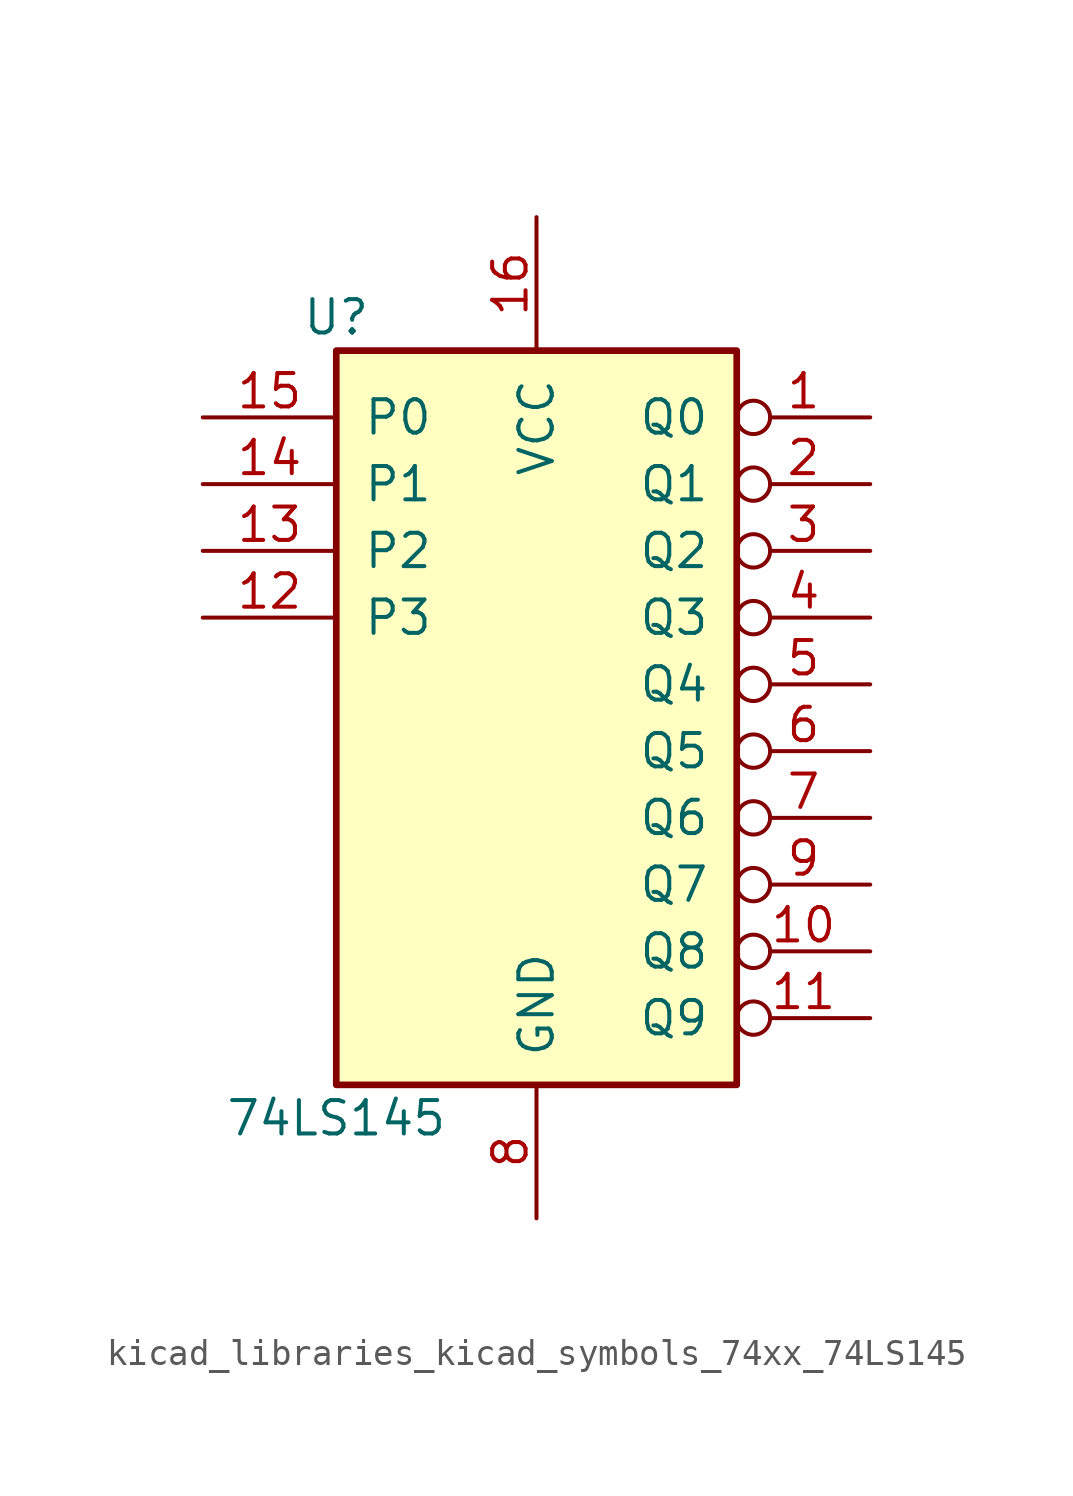
<source format=kicad_sym>
(kicad_symbol_lib
  (version 20220914)
  (generator kicad_symbol_editor)
  (symbol "kicad_libraries_kicad_symbols_74xx_74LS145"
    (pin_names
      (offset 1.016))
    (property "Reference" "U"
      (at -7.62 13.97 0)
      (effects (font (size 1.27 1.27))))
    (property "Value" "74LS145"
      (at -7.62 -16.51 0)
      (effects (font (size 1.27 1.27))))
    (property "ki_locked" ""
      (at 0 0 0)
      (effects (font (size 1.27 1.27))))
    (symbol "kicad_libraries_kicad_symbols_74xx_74LS145_1_0"
      (pin open_collector inverted (at 12.7 10.16 180) (length 5.08) (name "Q0" (effects (font (size 1.27 1.27)))) (number "1" (effects (font (size 1.27 1.27)))))
      (pin open_collector inverted (at 12.7 -10.16 180) (length 5.08) (name "Q8" (effects (font (size 1.27 1.27)))) (number "10" (effects (font (size 1.27 1.27)))))
      (pin open_collector inverted (at 12.7 -12.7 180) (length 5.08) (name "Q9" (effects (font (size 1.27 1.27)))) (number "11" (effects (font (size 1.27 1.27)))))
      (pin input line (at -12.7 2.54 0) (length 5.08) (name "P3" (effects (font (size 1.27 1.27)))) (number "12" (effects (font (size 1.27 1.27)))))
      (pin input line (at -12.7 5.08 0) (length 5.08) (name "P2" (effects (font (size 1.27 1.27)))) (number "13" (effects (font (size 1.27 1.27)))))
      (pin input line (at -12.7 7.62 0) (length 5.08) (name "P1" (effects (font (size 1.27 1.27)))) (number "14" (effects (font (size 1.27 1.27)))))
      (pin input line (at -12.7 10.16 0) (length 5.08) (name "P0" (effects (font (size 1.27 1.27)))) (number "15" (effects (font (size 1.27 1.27)))))
      (pin power_in line (at 0 17.78 270) (length 5.08) (name "VCC" (effects (font (size 1.27 1.27)))) (number "16" (effects (font (size 1.27 1.27)))))
      (pin open_collector inverted (at 12.7 7.62 180) (length 5.08) (name "Q1" (effects (font (size 1.27 1.27)))) (number "2" (effects (font (size 1.27 1.27)))))
      (pin open_collector inverted (at 12.7 5.08 180) (length 5.08) (name "Q2" (effects (font (size 1.27 1.27)))) (number "3" (effects (font (size 1.27 1.27)))))
      (pin open_collector inverted (at 12.7 2.54 180) (length 5.08) (name "Q3" (effects (font (size 1.27 1.27)))) (number "4" (effects (font (size 1.27 1.27)))))
      (pin open_collector inverted (at 12.7 0 180) (length 5.08) (name "Q4" (effects (font (size 1.27 1.27)))) (number "5" (effects (font (size 1.27 1.27)))))
      (pin open_collector inverted (at 12.7 -2.54 180) (length 5.08) (name "Q5" (effects (font (size 1.27 1.27)))) (number "6" (effects (font (size 1.27 1.27)))))
      (pin open_collector inverted (at 12.7 -5.08 180) (length 5.08) (name "Q6" (effects (font (size 1.27 1.27)))) (number "7" (effects (font (size 1.27 1.27)))))
      (pin power_in line (at 0 -20.32 90) (length 5.08) (name "GND" (effects (font (size 1.27 1.27)))) (number "8" (effects (font (size 1.27 1.27)))))
      (pin open_collector inverted (at 12.7 -7.62 180) (length 5.08) (name "Q7" (effects (font (size 1.27 1.27)))) (number "9" (effects (font (size 1.27 1.27))))))
    (symbol "kicad_libraries_kicad_symbols_74xx_74LS145_1_1"
      (rectangle (start -7.62 12.7) (end 7.62 -15.24) (stroke (width 0.254) (type default)) (fill (type background))))))
</source>
